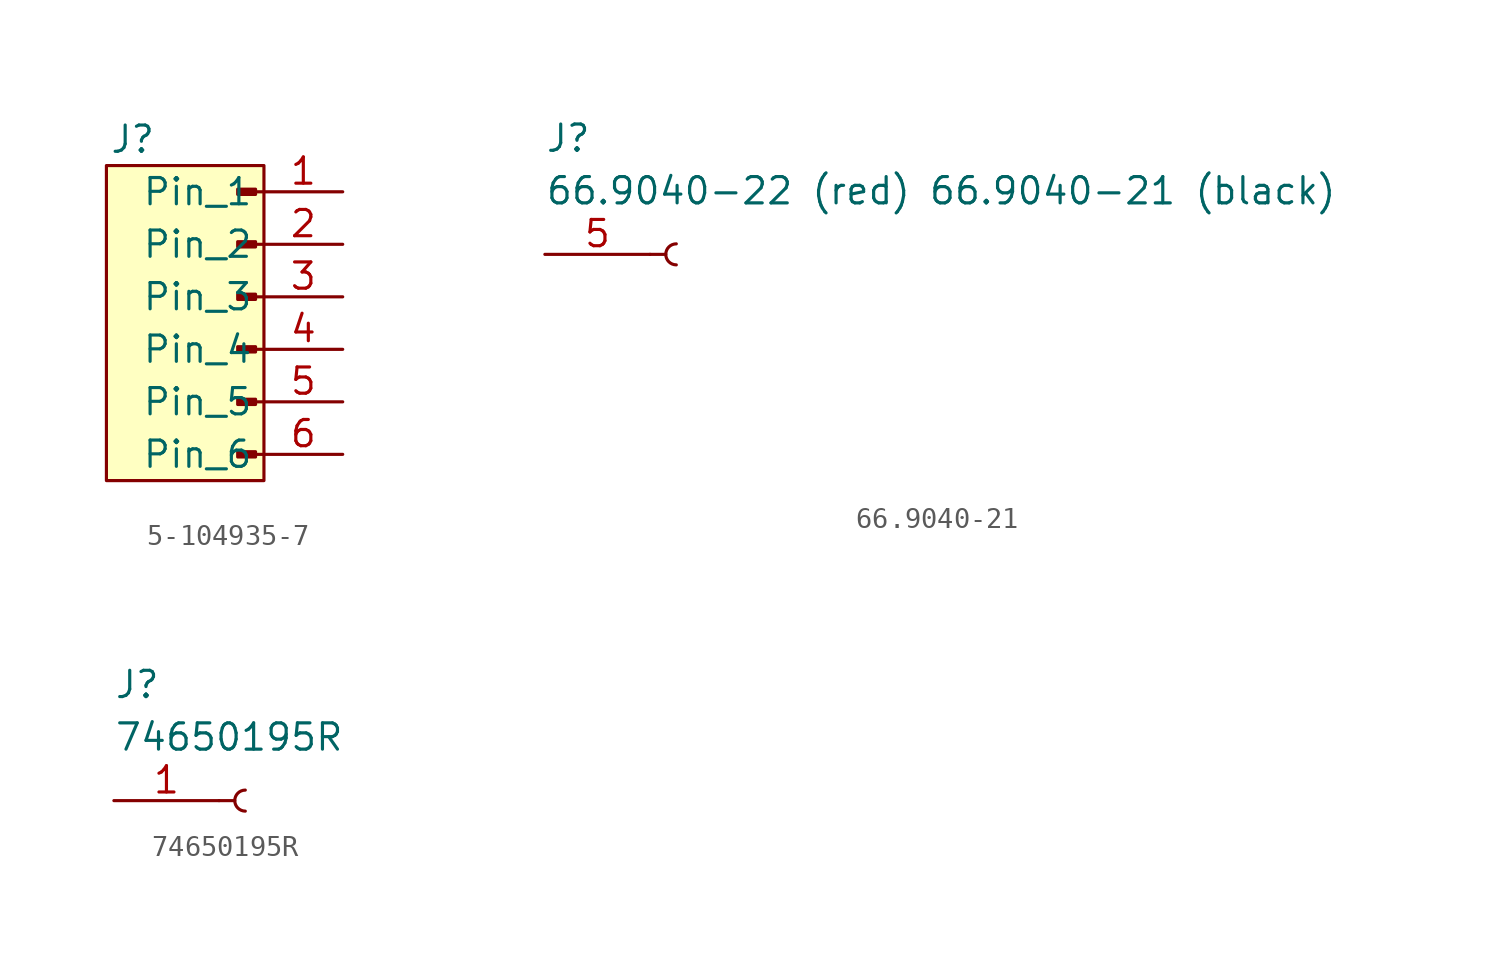
<source format=kicad_sym>
(kicad_symbol_lib
  (version 20231120)
  (generator "kicad_symbol_editor")
  (generator_version "8.0")
  (symbol "5-104935-7"
    (property "Reference" "J"
      (at -6.35 7.62 0)
      (effects (font (size 1.27 1.27))))
    (symbol "5-104935-7_1_1"
      (rectangle (start -7.62 6.35) (end 0 -8.89) (stroke (width 0) (type default)) (fill (type background)))
      (rectangle (start -1.27 -7.493) (end -0.406 -7.747) (stroke (width 0.152) (type default)) (fill (type outline)))
      (rectangle (start -1.27 -4.953) (end -0.406 -5.207) (stroke (width 0.152) (type default)) (fill (type outline)))
      (rectangle (start -1.27 5.207) (end -0.406 4.953) (stroke (width 0.152) (type default)) (fill (type outline)))
      (rectangle (start -0.406 -2.413) (end -1.27 -2.667) (stroke (width 0.152) (type default)) (fill (type outline)))
      (rectangle (start -0.406 0.127) (end -1.27 -0.127) (stroke (width 0.152) (type default)) (fill (type outline)))
      (rectangle (start -0.406 2.667) (end -1.27 2.413) (stroke (width 0.152) (type default)) (fill (type outline)))
      (polyline (pts (xy 0 -7.62) (xy -0.406 -7.62)) (stroke (width 0.152) (type default)) (fill (type none)))
      (polyline (pts (xy 0 -5.08) (xy -0.406 -5.08)) (stroke (width 0.152) (type default)) (fill (type none)))
      (polyline (pts (xy 0 -2.54) (xy -0.406 -2.54)) (stroke (width 0.152) (type default)) (fill (type none)))
      (polyline (pts (xy 0 0) (xy -0.406 0)) (stroke (width 0.152) (type default)) (fill (type none)))
      (polyline (pts (xy 0 2.54) (xy -0.406 2.54)) (stroke (width 0.152) (type default)) (fill (type none)))
      (polyline (pts (xy 0 5.08) (xy -0.406 5.08)) (stroke (width 0.152) (type default)) (fill (type none)))
      (pin passive line (at 3.81 5.08 180) (length 3.81) (name "Pin_1" (effects (font (size 1.27 1.27)))) (number "1" (effects (font (size 1.27 1.27)))))
      (pin passive line (at 3.81 2.54 180) (length 3.81) (name "Pin_2" (effects (font (size 1.27 1.27)))) (number "2" (effects (font (size 1.27 1.27)))))
      (pin passive line (at 3.81 0 180) (length 3.81) (name "Pin_3" (effects (font (size 1.27 1.27)))) (number "3" (effects (font (size 1.27 1.27)))))
      (pin passive line (at 3.81 -2.54 180) (length 3.81) (name "Pin_4" (effects (font (size 1.27 1.27)))) (number "4" (effects (font (size 1.27 1.27)))))
      (pin passive line (at 3.81 -5.08 180) (length 3.81) (name "Pin_5" (effects (font (size 1.27 1.27)))) (number "5" (effects (font (size 1.27 1.27)))))
      (pin passive line (at 3.81 -7.62 180) (length 3.81) (name "Pin_6" (effects (font (size 1.27 1.27)))) (number "6" (effects (font (size 1.27 1.27)))))))
  (symbol "66.9040-21"
    (property "Reference" "J"
      (at -5.08 6.35 0)
      (effects (font (size 1.27 1.27)) (justify left top)))
    (property "Value" "66.9040-22 (red) 66.9040-21 (black)"
      (at -5.08 3.81 0)
      (effects (font (size 1.27 1.27)) (justify left top)))
    (symbol "66.9040-21_1_1"
      (polyline (pts (xy 0 0) (xy 0.762 0)) (stroke (width 0.152) (type default)) (fill (type none)))
      (arc (start 1.27 0.508) (mid 0.7642 0) (end 1.27 -0.508) (stroke (width 0.1524) (type default)) (fill (type none)))
      (pin no_connect line (at -5.08 -2.54 0) (length 5.08) hide (name "1" (effects (font (size 1.27 1.27)))) (number "1" (effects (font (size 1.27 1.27)))))
      (pin no_connect line (at -5.08 -5.08 0) (length 5.08) hide (name "2" (effects (font (size 1.27 1.27)))) (number "2" (effects (font (size 1.27 1.27)))))
      (pin no_connect line (at -5.08 -7.62 0) (length 5.08) hide (name "3" (effects (font (size 1.27 1.27)))) (number "3" (effects (font (size 1.27 1.27)))))
      (pin no_connect line (at -5.08 -10.16 0) (length 5.08) hide (name "4" (effects (font (size 1.27 1.27)))) (number "4" (effects (font (size 1.27 1.27)))))
      (pin passive line (at -5.08 0 0) (length 5.08) (name "" (effects (font (size 1.27 1.27)))) (number "5" (effects (font (size 1.27 1.27)))))))
  (symbol "74650195R"
    (property "Reference" "J"
      (at -3.81 6.35 0)
      (effects (font (size 1.27 1.27)) (justify left top)))
    (property "Value" "74650195R"
      (at -3.81 3.81 0)
      (effects (font (size 1.27 1.27)) (justify left top)))
    (symbol "74650195R_1_1"
      (polyline (pts (xy 1.27 0) (xy 2.032 0)) (stroke (width 0.152) (type default)) (fill (type none)))
      (arc (start 2.54 0.508) (mid 2.0342 0) (end 2.54 -0.508) (stroke (width 0.1524) (type default)) (fill (type none)))
      (pin passive line (at -3.81 0 0) (length 5.08) (name "" (effects (font (size 1.27 1.27)))) (number "1" (effects (font (size 1.27 1.27))))))))
</source>
